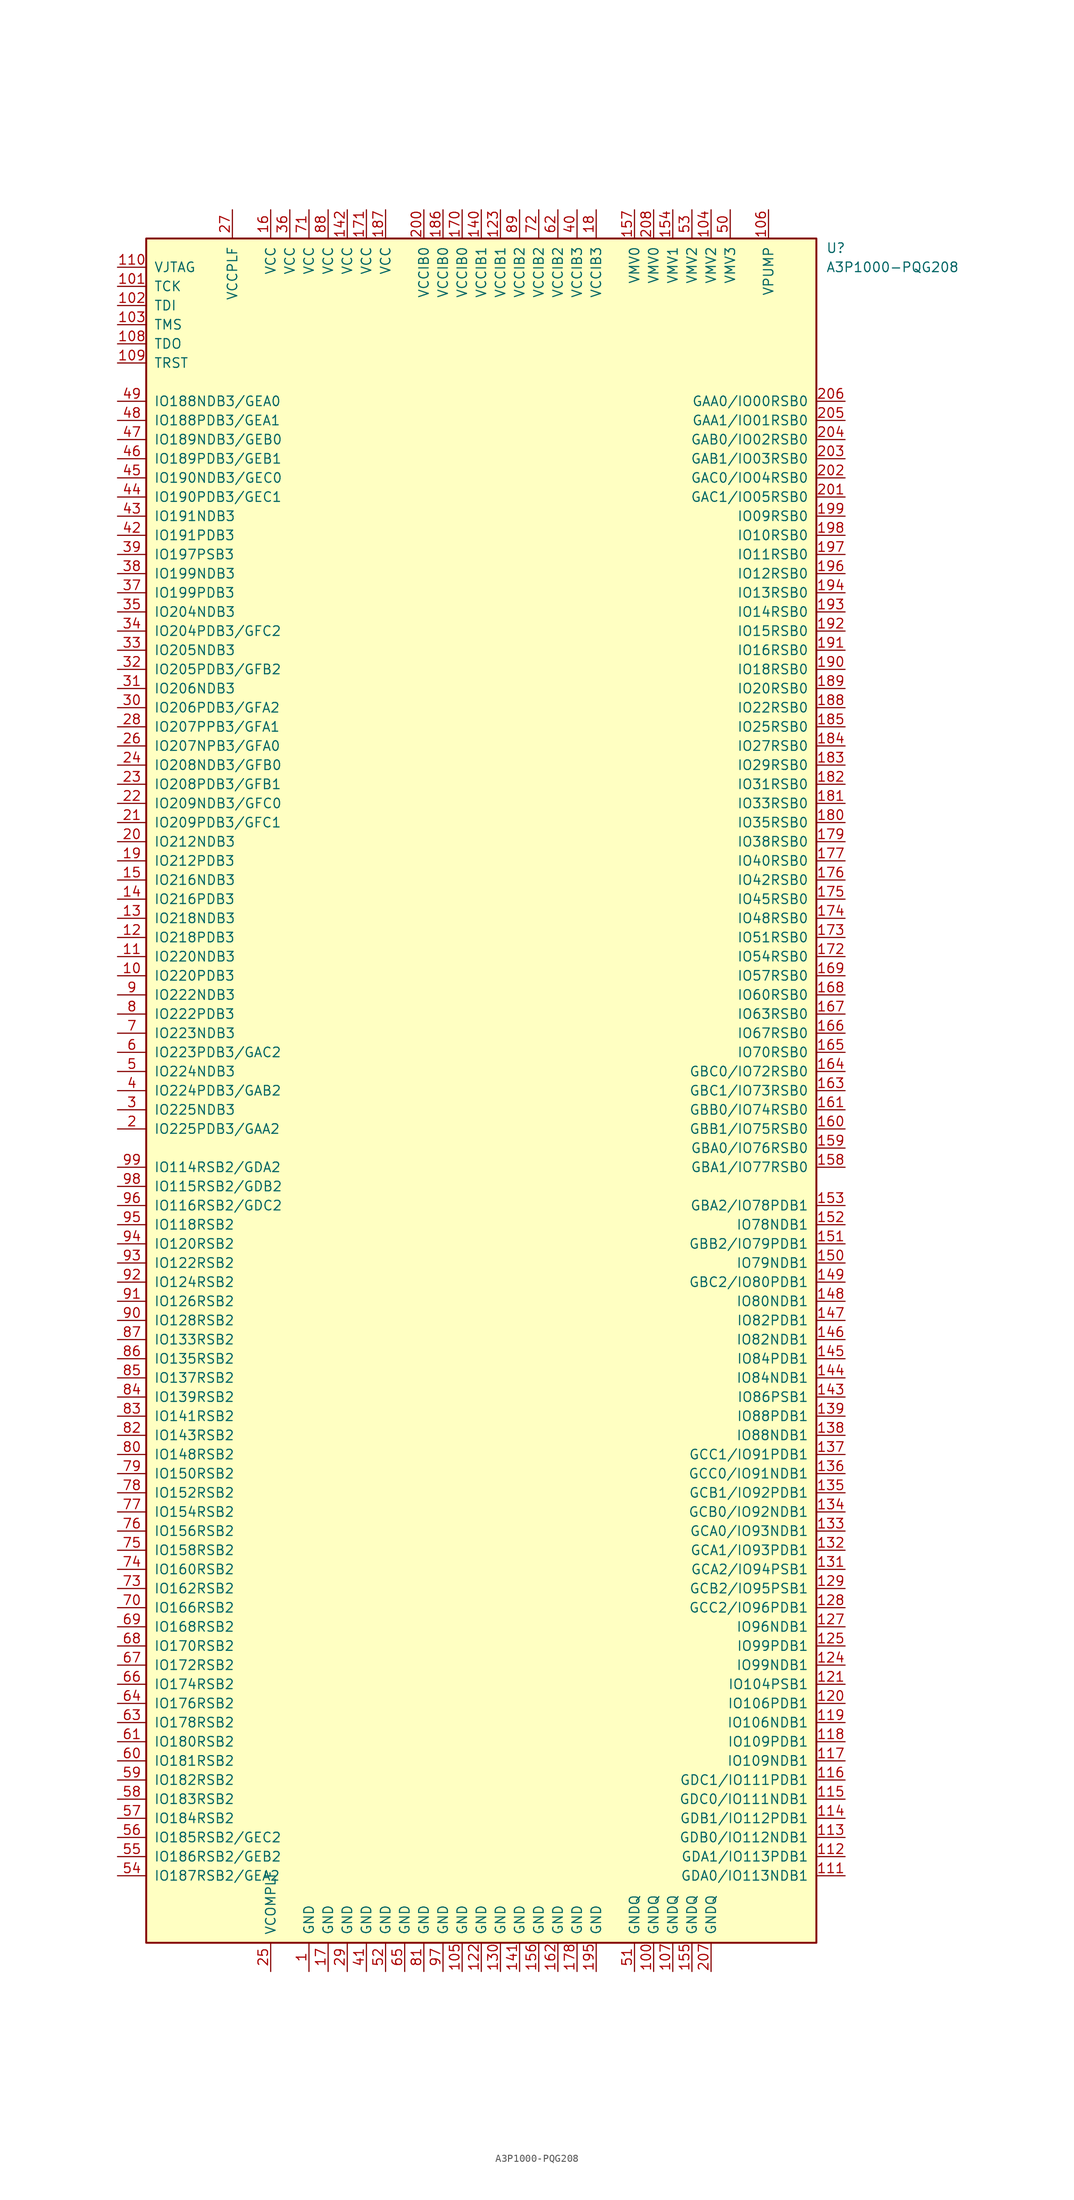
<source format=kicad_sym>
(kicad_symbol_lib
  (version 20241209)
  (generator "kicad_symbol_editor")
  (generator_version "9.0")
  (symbol "A3P1000-PQG208"
    (pin_names
      (offset 1.016))
    (property "Reference" "U"
      (at 45.72 111.76 0)
      (effects (font (size 1.27 1.27)) (justify left)))
    (property "Value" "A3P1000-PQG208"
      (at 45.72 109.22 0)
      (effects (font (size 1.27 1.27)) (justify left)))
    (symbol "A3P1000-PQG208_1_0"
      (rectangle (start -44.45 -113.03) (end 44.45 113.03) (stroke (width 0.254) (type default)) (fill (type background))))
    (symbol "A3P1000-PQG208_1_1"
      (pin power_in line (at -48.26 109.22 0) (length 3.81) (name "VJTAG" (effects (font (size 1.27 1.27)))) (number "110" (effects (font (size 1.27 1.27)))))
      (pin bidirectional line (at -48.26 106.68 0) (length 3.81) (name "TCK" (effects (font (size 1.27 1.27)))) (number "101" (effects (font (size 1.27 1.27)))))
      (pin bidirectional line (at -48.26 104.14 0) (length 3.81) (name "TDI" (effects (font (size 1.27 1.27)))) (number "102" (effects (font (size 1.27 1.27)))))
      (pin bidirectional line (at -48.26 101.6 0) (length 3.81) (name "TMS" (effects (font (size 1.27 1.27)))) (number "103" (effects (font (size 1.27 1.27)))))
      (pin bidirectional line (at -48.26 99.06 0) (length 3.81) (name "TDO" (effects (font (size 1.27 1.27)))) (number "108" (effects (font (size 1.27 1.27)))))
      (pin bidirectional line (at -48.26 96.52 0) (length 3.81) (name "TRST" (effects (font (size 1.27 1.27)))) (number "109" (effects (font (size 1.27 1.27)))))
      (pin bidirectional line (at -48.26 91.44 0) (length 3.81) (name "IO188NDB3/GEA0" (effects (font (size 1.27 1.27)))) (number "49" (effects (font (size 1.27 1.27)))))
      (pin bidirectional line (at -48.26 88.9 0) (length 3.81) (name "IO188PDB3/GEA1" (effects (font (size 1.27 1.27)))) (number "48" (effects (font (size 1.27 1.27)))))
      (pin bidirectional line (at -48.26 86.36 0) (length 3.81) (name "IO189NDB3/GEB0" (effects (font (size 1.27 1.27)))) (number "47" (effects (font (size 1.27 1.27)))))
      (pin bidirectional line (at -48.26 83.82 0) (length 3.81) (name "IO189PDB3/GEB1" (effects (font (size 1.27 1.27)))) (number "46" (effects (font (size 1.27 1.27)))))
      (pin bidirectional line (at -48.26 81.28 0) (length 3.81) (name "IO190NDB3/GEC0" (effects (font (size 1.27 1.27)))) (number "45" (effects (font (size 1.27 1.27)))))
      (pin bidirectional line (at -48.26 78.74 0) (length 3.81) (name "IO190PDB3/GEC1" (effects (font (size 1.27 1.27)))) (number "44" (effects (font (size 1.27 1.27)))))
      (pin bidirectional line (at -48.26 76.2 0) (length 3.81) (name "IO191NDB3" (effects (font (size 1.27 1.27)))) (number "43" (effects (font (size 1.27 1.27)))))
      (pin bidirectional line (at -48.26 73.66 0) (length 3.81) (name "IO191PDB3" (effects (font (size 1.27 1.27)))) (number "42" (effects (font (size 1.27 1.27)))))
      (pin bidirectional line (at -48.26 71.12 0) (length 3.81) (name "IO197PSB3" (effects (font (size 1.27 1.27)))) (number "39" (effects (font (size 1.27 1.27)))))
      (pin bidirectional line (at -48.26 68.58 0) (length 3.81) (name "IO199NDB3" (effects (font (size 1.27 1.27)))) (number "38" (effects (font (size 1.27 1.27)))))
      (pin bidirectional line (at -48.26 66.04 0) (length 3.81) (name "IO199PDB3" (effects (font (size 1.27 1.27)))) (number "37" (effects (font (size 1.27 1.27)))))
      (pin bidirectional line (at -48.26 63.5 0) (length 3.81) (name "IO204NDB3" (effects (font (size 1.27 1.27)))) (number "35" (effects (font (size 1.27 1.27)))))
      (pin bidirectional line (at -48.26 60.96 0) (length 3.81) (name "IO204PDB3/GFC2" (effects (font (size 1.27 1.27)))) (number "34" (effects (font (size 1.27 1.27)))))
      (pin bidirectional line (at -48.26 58.42 0) (length 3.81) (name "IO205NDB3" (effects (font (size 1.27 1.27)))) (number "33" (effects (font (size 1.27 1.27)))))
      (pin bidirectional line (at -48.26 55.88 0) (length 3.81) (name "IO205PDB3/GFB2" (effects (font (size 1.27 1.27)))) (number "32" (effects (font (size 1.27 1.27)))))
      (pin bidirectional line (at -48.26 53.34 0) (length 3.81) (name "IO206NDB3" (effects (font (size 1.27 1.27)))) (number "31" (effects (font (size 1.27 1.27)))))
      (pin bidirectional line (at -48.26 50.8 0) (length 3.81) (name "IO206PDB3/GFA2" (effects (font (size 1.27 1.27)))) (number "30" (effects (font (size 1.27 1.27)))))
      (pin bidirectional line (at -48.26 48.26 0) (length 3.81) (name "IO207PPB3/GFA1" (effects (font (size 1.27 1.27)))) (number "28" (effects (font (size 1.27 1.27)))))
      (pin bidirectional line (at -48.26 45.72 0) (length 3.81) (name "IO207NPB3/GFA0" (effects (font (size 1.27 1.27)))) (number "26" (effects (font (size 1.27 1.27)))))
      (pin bidirectional line (at -48.26 43.18 0) (length 3.81) (name "IO208NDB3/GFB0" (effects (font (size 1.27 1.27)))) (number "24" (effects (font (size 1.27 1.27)))))
      (pin bidirectional line (at -48.26 40.64 0) (length 3.81) (name "IO208PDB3/GFB1" (effects (font (size 1.27 1.27)))) (number "23" (effects (font (size 1.27 1.27)))))
      (pin bidirectional line (at -48.26 38.1 0) (length 3.81) (name "IO209NDB3/GFC0" (effects (font (size 1.27 1.27)))) (number "22" (effects (font (size 1.27 1.27)))))
      (pin bidirectional line (at -48.26 35.56 0) (length 3.81) (name "IO209PDB3/GFC1" (effects (font (size 1.27 1.27)))) (number "21" (effects (font (size 1.27 1.27)))))
      (pin bidirectional line (at -48.26 33.02 0) (length 3.81) (name "IO212NDB3" (effects (font (size 1.27 1.27)))) (number "20" (effects (font (size 1.27 1.27)))))
      (pin bidirectional line (at -48.26 30.48 0) (length 3.81) (name "IO212PDB3" (effects (font (size 1.27 1.27)))) (number "19" (effects (font (size 1.27 1.27)))))
      (pin bidirectional line (at -48.26 27.94 0) (length 3.81) (name "IO216NDB3" (effects (font (size 1.27 1.27)))) (number "15" (effects (font (size 1.27 1.27)))))
      (pin bidirectional line (at -48.26 25.4 0) (length 3.81) (name "IO216PDB3" (effects (font (size 1.27 1.27)))) (number "14" (effects (font (size 1.27 1.27)))))
      (pin bidirectional line (at -48.26 22.86 0) (length 3.81) (name "IO218NDB3" (effects (font (size 1.27 1.27)))) (number "13" (effects (font (size 1.27 1.27)))))
      (pin bidirectional line (at -48.26 20.32 0) (length 3.81) (name "IO218PDB3" (effects (font (size 1.27 1.27)))) (number "12" (effects (font (size 1.27 1.27)))))
      (pin bidirectional line (at -48.26 17.78 0) (length 3.81) (name "IO220NDB3" (effects (font (size 1.27 1.27)))) (number "11" (effects (font (size 1.27 1.27)))))
      (pin bidirectional line (at -48.26 15.24 0) (length 3.81) (name "IO220PDB3" (effects (font (size 1.27 1.27)))) (number "10" (effects (font (size 1.27 1.27)))))
      (pin bidirectional line (at -48.26 12.7 0) (length 3.81) (name "IO222NDB3" (effects (font (size 1.27 1.27)))) (number "9" (effects (font (size 1.27 1.27)))))
      (pin bidirectional line (at -48.26 10.16 0) (length 3.81) (name "IO222PDB3" (effects (font (size 1.27 1.27)))) (number "8" (effects (font (size 1.27 1.27)))))
      (pin bidirectional line (at -48.26 7.62 0) (length 3.81) (name "IO223NDB3" (effects (font (size 1.27 1.27)))) (number "7" (effects (font (size 1.27 1.27)))))
      (pin bidirectional line (at -48.26 5.08 0) (length 3.81) (name "IO223PDB3/GAC2" (effects (font (size 1.27 1.27)))) (number "6" (effects (font (size 1.27 1.27)))))
      (pin bidirectional line (at -48.26 2.54 0) (length 3.81) (name "IO224NDB3" (effects (font (size 1.27 1.27)))) (number "5" (effects (font (size 1.27 1.27)))))
      (pin bidirectional line (at -48.26 0 0) (length 3.81) (name "IO224PDB3/GAB2" (effects (font (size 1.27 1.27)))) (number "4" (effects (font (size 1.27 1.27)))))
      (pin bidirectional line (at -48.26 -2.54 0) (length 3.81) (name "IO225NDB3" (effects (font (size 1.27 1.27)))) (number "3" (effects (font (size 1.27 1.27)))))
      (pin bidirectional line (at -48.26 -5.08 0) (length 3.81) (name "IO225PDB3/GAA2" (effects (font (size 1.27 1.27)))) (number "2" (effects (font (size 1.27 1.27)))))
      (pin bidirectional line (at -48.26 -10.16 0) (length 3.81) (name "IO114RSB2/GDA2" (effects (font (size 1.27 1.27)))) (number "99" (effects (font (size 1.27 1.27)))))
      (pin bidirectional line (at -48.26 -12.7 0) (length 3.81) (name "IO115RSB2/GDB2" (effects (font (size 1.27 1.27)))) (number "98" (effects (font (size 1.27 1.27)))))
      (pin bidirectional line (at -48.26 -15.24 0) (length 3.81) (name "IO116RSB2/GDC2" (effects (font (size 1.27 1.27)))) (number "96" (effects (font (size 1.27 1.27)))))
      (pin bidirectional line (at -48.26 -17.78 0) (length 3.81) (name "IO118RSB2" (effects (font (size 1.27 1.27)))) (number "95" (effects (font (size 1.27 1.27)))))
      (pin bidirectional line (at -48.26 -20.32 0) (length 3.81) (name "IO120RSB2" (effects (font (size 1.27 1.27)))) (number "94" (effects (font (size 1.27 1.27)))))
      (pin bidirectional line (at -48.26 -22.86 0) (length 3.81) (name "IO122RSB2" (effects (font (size 1.27 1.27)))) (number "93" (effects (font (size 1.27 1.27)))))
      (pin bidirectional line (at -48.26 -25.4 0) (length 3.81) (name "IO124RSB2" (effects (font (size 1.27 1.27)))) (number "92" (effects (font (size 1.27 1.27)))))
      (pin bidirectional line (at -48.26 -27.94 0) (length 3.81) (name "IO126RSB2" (effects (font (size 1.27 1.27)))) (number "91" (effects (font (size 1.27 1.27)))))
      (pin bidirectional line (at -48.26 -30.48 0) (length 3.81) (name "IO128RSB2" (effects (font (size 1.27 1.27)))) (number "90" (effects (font (size 1.27 1.27)))))
      (pin bidirectional line (at -48.26 -33.02 0) (length 3.81) (name "IO133RSB2" (effects (font (size 1.27 1.27)))) (number "87" (effects (font (size 1.27 1.27)))))
      (pin bidirectional line (at -48.26 -35.56 0) (length 3.81) (name "IO135RSB2" (effects (font (size 1.27 1.27)))) (number "86" (effects (font (size 1.27 1.27)))))
      (pin bidirectional line (at -48.26 -38.1 0) (length 3.81) (name "IO137RSB2" (effects (font (size 1.27 1.27)))) (number "85" (effects (font (size 1.27 1.27)))))
      (pin bidirectional line (at -48.26 -40.64 0) (length 3.81) (name "IO139RSB2" (effects (font (size 1.27 1.27)))) (number "84" (effects (font (size 1.27 1.27)))))
      (pin bidirectional line (at -48.26 -43.18 0) (length 3.81) (name "IO141RSB2" (effects (font (size 1.27 1.27)))) (number "83" (effects (font (size 1.27 1.27)))))
      (pin bidirectional line (at -48.26 -45.72 0) (length 3.81) (name "IO143RSB2" (effects (font (size 1.27 1.27)))) (number "82" (effects (font (size 1.27 1.27)))))
      (pin bidirectional line (at -48.26 -48.26 0) (length 3.81) (name "IO148RSB2" (effects (font (size 1.27 1.27)))) (number "80" (effects (font (size 1.27 1.27)))))
      (pin bidirectional line (at -48.26 -50.8 0) (length 3.81) (name "IO150RSB2" (effects (font (size 1.27 1.27)))) (number "79" (effects (font (size 1.27 1.27)))))
      (pin bidirectional line (at -48.26 -53.34 0) (length 3.81) (name "IO152RSB2" (effects (font (size 1.27 1.27)))) (number "78" (effects (font (size 1.27 1.27)))))
      (pin bidirectional line (at -48.26 -55.88 0) (length 3.81) (name "IO154RSB2" (effects (font (size 1.27 1.27)))) (number "77" (effects (font (size 1.27 1.27)))))
      (pin bidirectional line (at -48.26 -58.42 0) (length 3.81) (name "IO156RSB2" (effects (font (size 1.27 1.27)))) (number "76" (effects (font (size 1.27 1.27)))))
      (pin bidirectional line (at -48.26 -60.96 0) (length 3.81) (name "IO158RSB2" (effects (font (size 1.27 1.27)))) (number "75" (effects (font (size 1.27 1.27)))))
      (pin bidirectional line (at -48.26 -63.5 0) (length 3.81) (name "IO160RSB2" (effects (font (size 1.27 1.27)))) (number "74" (effects (font (size 1.27 1.27)))))
      (pin bidirectional line (at -48.26 -66.04 0) (length 3.81) (name "IO162RSB2" (effects (font (size 1.27 1.27)))) (number "73" (effects (font (size 1.27 1.27)))))
      (pin bidirectional line (at -48.26 -68.58 0) (length 3.81) (name "IO166RSB2" (effects (font (size 1.27 1.27)))) (number "70" (effects (font (size 1.27 1.27)))))
      (pin bidirectional line (at -48.26 -71.12 0) (length 3.81) (name "IO168RSB2" (effects (font (size 1.27 1.27)))) (number "69" (effects (font (size 1.27 1.27)))))
      (pin bidirectional line (at -48.26 -73.66 0) (length 3.81) (name "IO170RSB2" (effects (font (size 1.27 1.27)))) (number "68" (effects (font (size 1.27 1.27)))))
      (pin bidirectional line (at -48.26 -76.2 0) (length 3.81) (name "IO172RSB2" (effects (font (size 1.27 1.27)))) (number "67" (effects (font (size 1.27 1.27)))))
      (pin bidirectional line (at -48.26 -78.74 0) (length 3.81) (name "IO174RSB2" (effects (font (size 1.27 1.27)))) (number "66" (effects (font (size 1.27 1.27)))))
      (pin bidirectional line (at -48.26 -81.28 0) (length 3.81) (name "IO176RSB2" (effects (font (size 1.27 1.27)))) (number "64" (effects (font (size 1.27 1.27)))))
      (pin bidirectional line (at -48.26 -83.82 0) (length 3.81) (name "IO178RSB2" (effects (font (size 1.27 1.27)))) (number "63" (effects (font (size 1.27 1.27)))))
      (pin bidirectional line (at -48.26 -86.36 0) (length 3.81) (name "IO180RSB2" (effects (font (size 1.27 1.27)))) (number "61" (effects (font (size 1.27 1.27)))))
      (pin bidirectional line (at -48.26 -88.9 0) (length 3.81) (name "IO181RSB2" (effects (font (size 1.27 1.27)))) (number "60" (effects (font (size 1.27 1.27)))))
      (pin bidirectional line (at -48.26 -91.44 0) (length 3.81) (name "IO182RSB2" (effects (font (size 1.27 1.27)))) (number "59" (effects (font (size 1.27 1.27)))))
      (pin bidirectional line (at -48.26 -93.98 0) (length 3.81) (name "IO183RSB2" (effects (font (size 1.27 1.27)))) (number "58" (effects (font (size 1.27 1.27)))))
      (pin bidirectional line (at -48.26 -96.52 0) (length 3.81) (name "IO184RSB2" (effects (font (size 1.27 1.27)))) (number "57" (effects (font (size 1.27 1.27)))))
      (pin bidirectional line (at -48.26 -99.06 0) (length 3.81) (name "IO185RSB2/GEC2" (effects (font (size 1.27 1.27)))) (number "56" (effects (font (size 1.27 1.27)))))
      (pin bidirectional line (at -48.26 -101.6 0) (length 3.81) (name "IO186RSB2/GEB2" (effects (font (size 1.27 1.27)))) (number "55" (effects (font (size 1.27 1.27)))))
      (pin bidirectional line (at -48.26 -104.14 0) (length 3.81) (name "IO187RSB2/GEA2" (effects (font (size 1.27 1.27)))) (number "54" (effects (font (size 1.27 1.27)))))
      (pin power_in line (at -33.02 116.84 270) (length 3.81) (name "VCCPLF" (effects (font (size 1.27 1.27)))) (number "27" (effects (font (size 1.27 1.27)))))
      (pin power_in line (at -27.94 116.84 270) (length 3.81) (name "VCC" (effects (font (size 1.27 1.27)))) (number "16" (effects (font (size 1.27 1.27)))))
      (pin power_in line (at -27.94 -116.84 90) (length 3.81) (name "VCOMPLF" (effects (font (size 1.27 1.27)))) (number "25" (effects (font (size 1.27 1.27)))))
      (pin power_in line (at -25.4 116.84 270) (length 3.81) (name "VCC" (effects (font (size 1.27 1.27)))) (number "36" (effects (font (size 1.27 1.27)))))
      (pin power_in line (at -22.86 116.84 270) (length 3.81) (name "VCC" (effects (font (size 1.27 1.27)))) (number "71" (effects (font (size 1.27 1.27)))))
      (pin power_in line (at -22.86 -116.84 90) (length 3.81) (name "GND" (effects (font (size 1.27 1.27)))) (number "1" (effects (font (size 1.27 1.27)))))
      (pin power_in line (at -20.32 116.84 270) (length 3.81) (name "VCC" (effects (font (size 1.27 1.27)))) (number "88" (effects (font (size 1.27 1.27)))))
      (pin power_in line (at -20.32 -116.84 90) (length 3.81) (name "GND" (effects (font (size 1.27 1.27)))) (number "17" (effects (font (size 1.27 1.27)))))
      (pin power_in line (at -17.78 116.84 270) (length 3.81) (name "VCC" (effects (font (size 1.27 1.27)))) (number "142" (effects (font (size 1.27 1.27)))))
      (pin power_in line (at -17.78 -116.84 90) (length 3.81) (name "GND" (effects (font (size 1.27 1.27)))) (number "29" (effects (font (size 1.27 1.27)))))
      (pin power_in line (at -15.24 116.84 270) (length 3.81) (name "VCC" (effects (font (size 1.27 1.27)))) (number "171" (effects (font (size 1.27 1.27)))))
      (pin power_in line (at -15.24 -116.84 90) (length 3.81) (name "GND" (effects (font (size 1.27 1.27)))) (number "41" (effects (font (size 1.27 1.27)))))
      (pin power_in line (at -12.7 116.84 270) (length 3.81) (name "VCC" (effects (font (size 1.27 1.27)))) (number "187" (effects (font (size 1.27 1.27)))))
      (pin power_in line (at -12.7 -116.84 90) (length 3.81) (name "GND" (effects (font (size 1.27 1.27)))) (number "52" (effects (font (size 1.27 1.27)))))
      (pin power_in line (at -10.16 -116.84 90) (length 3.81) (name "GND" (effects (font (size 1.27 1.27)))) (number "65" (effects (font (size 1.27 1.27)))))
      (pin power_in line (at -7.62 116.84 270) (length 3.81) (name "VCCIB0" (effects (font (size 1.27 1.27)))) (number "200" (effects (font (size 1.27 1.27)))))
      (pin power_in line (at -7.62 -116.84 90) (length 3.81) (name "GND" (effects (font (size 1.27 1.27)))) (number "81" (effects (font (size 1.27 1.27)))))
      (pin power_in line (at -5.08 116.84 270) (length 3.81) (name "VCCIB0" (effects (font (size 1.27 1.27)))) (number "186" (effects (font (size 1.27 1.27)))))
      (pin power_in line (at -5.08 -116.84 90) (length 3.81) (name "GND" (effects (font (size 1.27 1.27)))) (number "97" (effects (font (size 1.27 1.27)))))
      (pin power_in line (at -2.54 116.84 270) (length 3.81) (name "VCCIB0" (effects (font (size 1.27 1.27)))) (number "170" (effects (font (size 1.27 1.27)))))
      (pin power_in line (at -2.54 -116.84 90) (length 3.81) (name "GND" (effects (font (size 1.27 1.27)))) (number "105" (effects (font (size 1.27 1.27)))))
      (pin power_in line (at 0 116.84 270) (length 3.81) (name "VCCIB1" (effects (font (size 1.27 1.27)))) (number "140" (effects (font (size 1.27 1.27)))))
      (pin power_in line (at 0 -116.84 90) (length 3.81) (name "GND" (effects (font (size 1.27 1.27)))) (number "122" (effects (font (size 1.27 1.27)))))
      (pin power_in line (at 2.54 116.84 270) (length 3.81) (name "VCCIB1" (effects (font (size 1.27 1.27)))) (number "123" (effects (font (size 1.27 1.27)))))
      (pin power_in line (at 2.54 -116.84 90) (length 3.81) (name "GND" (effects (font (size 1.27 1.27)))) (number "130" (effects (font (size 1.27 1.27)))))
      (pin power_in line (at 5.08 116.84 270) (length 3.81) (name "VCCIB2" (effects (font (size 1.27 1.27)))) (number "89" (effects (font (size 1.27 1.27)))))
      (pin power_in line (at 5.08 -116.84 90) (length 3.81) (name "GND" (effects (font (size 1.27 1.27)))) (number "141" (effects (font (size 1.27 1.27)))))
      (pin power_in line (at 7.62 116.84 270) (length 3.81) (name "VCCIB2" (effects (font (size 1.27 1.27)))) (number "72" (effects (font (size 1.27 1.27)))))
      (pin power_in line (at 7.62 -116.84 90) (length 3.81) (name "GND" (effects (font (size 1.27 1.27)))) (number "156" (effects (font (size 1.27 1.27)))))
      (pin power_in line (at 10.16 116.84 270) (length 3.81) (name "VCCIB2" (effects (font (size 1.27 1.27)))) (number "62" (effects (font (size 1.27 1.27)))))
      (pin power_in line (at 10.16 -116.84 90) (length 3.81) (name "GND" (effects (font (size 1.27 1.27)))) (number "162" (effects (font (size 1.27 1.27)))))
      (pin power_in line (at 12.7 116.84 270) (length 3.81) (name "VCCIB3" (effects (font (size 1.27 1.27)))) (number "40" (effects (font (size 1.27 1.27)))))
      (pin power_in line (at 12.7 -116.84 90) (length 3.81) (name "GND" (effects (font (size 1.27 1.27)))) (number "178" (effects (font (size 1.27 1.27)))))
      (pin power_in line (at 15.24 116.84 270) (length 3.81) (name "VCCIB3" (effects (font (size 1.27 1.27)))) (number "18" (effects (font (size 1.27 1.27)))))
      (pin power_in line (at 15.24 -116.84 90) (length 3.81) (name "GND" (effects (font (size 1.27 1.27)))) (number "195" (effects (font (size 1.27 1.27)))))
      (pin power_in line (at 20.32 116.84 270) (length 3.81) (name "VMV0" (effects (font (size 1.27 1.27)))) (number "157" (effects (font (size 1.27 1.27)))))
      (pin power_in line (at 20.32 -116.84 90) (length 3.81) (name "GNDQ" (effects (font (size 1.27 1.27)))) (number "51" (effects (font (size 1.27 1.27)))))
      (pin power_in line (at 22.86 116.84 270) (length 3.81) (name "VMV0" (effects (font (size 1.27 1.27)))) (number "208" (effects (font (size 1.27 1.27)))))
      (pin power_in line (at 22.86 -116.84 90) (length 3.81) (name "GNDQ" (effects (font (size 1.27 1.27)))) (number "100" (effects (font (size 1.27 1.27)))))
      (pin power_in line (at 25.4 116.84 270) (length 3.81) (name "VMV1" (effects (font (size 1.27 1.27)))) (number "154" (effects (font (size 1.27 1.27)))))
      (pin power_in line (at 25.4 -116.84 90) (length 3.81) (name "GNDQ" (effects (font (size 1.27 1.27)))) (number "107" (effects (font (size 1.27 1.27)))))
      (pin power_in line (at 27.94 116.84 270) (length 3.81) (name "VMV2" (effects (font (size 1.27 1.27)))) (number "53" (effects (font (size 1.27 1.27)))))
      (pin power_in line (at 27.94 -116.84 90) (length 3.81) (name "GNDQ" (effects (font (size 1.27 1.27)))) (number "155" (effects (font (size 1.27 1.27)))))
      (pin power_in line (at 30.48 116.84 270) (length 3.81) (name "VMV2" (effects (font (size 1.27 1.27)))) (number "104" (effects (font (size 1.27 1.27)))))
      (pin power_in line (at 30.48 -116.84 90) (length 3.81) (name "GNDQ" (effects (font (size 1.27 1.27)))) (number "207" (effects (font (size 1.27 1.27)))))
      (pin power_in line (at 33.02 116.84 270) (length 3.81) (name "VMV3" (effects (font (size 1.27 1.27)))) (number "50" (effects (font (size 1.27 1.27)))))
      (pin power_in line (at 38.1 116.84 270) (length 3.81) (name "VPUMP" (effects (font (size 1.27 1.27)))) (number "106" (effects (font (size 1.27 1.27)))))
      (pin bidirectional line (at 48.26 91.44 180) (length 3.81) (name "GAA0/IO00RSB0" (effects (font (size 1.27 1.27)))) (number "206" (effects (font (size 1.27 1.27)))))
      (pin bidirectional line (at 48.26 88.9 180) (length 3.81) (name "GAA1/IO01RSB0" (effects (font (size 1.27 1.27)))) (number "205" (effects (font (size 1.27 1.27)))))
      (pin bidirectional line (at 48.26 86.36 180) (length 3.81) (name "GAB0/IO02RSB0" (effects (font (size 1.27 1.27)))) (number "204" (effects (font (size 1.27 1.27)))))
      (pin bidirectional line (at 48.26 83.82 180) (length 3.81) (name "GAB1/IO03RSB0" (effects (font (size 1.27 1.27)))) (number "203" (effects (font (size 1.27 1.27)))))
      (pin bidirectional line (at 48.26 81.28 180) (length 3.81) (name "GAC0/IO04RSB0" (effects (font (size 1.27 1.27)))) (number "202" (effects (font (size 1.27 1.27)))))
      (pin bidirectional line (at 48.26 78.74 180) (length 3.81) (name "GAC1/IO05RSB0" (effects (font (size 1.27 1.27)))) (number "201" (effects (font (size 1.27 1.27)))))
      (pin bidirectional line (at 48.26 76.2 180) (length 3.81) (name "IO09RSB0" (effects (font (size 1.27 1.27)))) (number "199" (effects (font (size 1.27 1.27)))))
      (pin bidirectional line (at 48.26 73.66 180) (length 3.81) (name "IO10RSB0" (effects (font (size 1.27 1.27)))) (number "198" (effects (font (size 1.27 1.27)))))
      (pin bidirectional line (at 48.26 71.12 180) (length 3.81) (name "IO11RSB0" (effects (font (size 1.27 1.27)))) (number "197" (effects (font (size 1.27 1.27)))))
      (pin bidirectional line (at 48.26 68.58 180) (length 3.81) (name "IO12RSB0" (effects (font (size 1.27 1.27)))) (number "196" (effects (font (size 1.27 1.27)))))
      (pin bidirectional line (at 48.26 66.04 180) (length 3.81) (name "IO13RSB0" (effects (font (size 1.27 1.27)))) (number "194" (effects (font (size 1.27 1.27)))))
      (pin bidirectional line (at 48.26 63.5 180) (length 3.81) (name "IO14RSB0" (effects (font (size 1.27 1.27)))) (number "193" (effects (font (size 1.27 1.27)))))
      (pin bidirectional line (at 48.26 60.96 180) (length 3.81) (name "IO15RSB0" (effects (font (size 1.27 1.27)))) (number "192" (effects (font (size 1.27 1.27)))))
      (pin bidirectional line (at 48.26 58.42 180) (length 3.81) (name "IO16RSB0" (effects (font (size 1.27 1.27)))) (number "191" (effects (font (size 1.27 1.27)))))
      (pin bidirectional line (at 48.26 55.88 180) (length 3.81) (name "IO18RSB0" (effects (font (size 1.27 1.27)))) (number "190" (effects (font (size 1.27 1.27)))))
      (pin bidirectional line (at 48.26 53.34 180) (length 3.81) (name "IO20RSB0" (effects (font (size 1.27 1.27)))) (number "189" (effects (font (size 1.27 1.27)))))
      (pin bidirectional line (at 48.26 50.8 180) (length 3.81) (name "IO22RSB0" (effects (font (size 1.27 1.27)))) (number "188" (effects (font (size 1.27 1.27)))))
      (pin bidirectional line (at 48.26 48.26 180) (length 3.81) (name "IO25RSB0" (effects (font (size 1.27 1.27)))) (number "185" (effects (font (size 1.27 1.27)))))
      (pin bidirectional line (at 48.26 45.72 180) (length 3.81) (name "IO27RSB0" (effects (font (size 1.27 1.27)))) (number "184" (effects (font (size 1.27 1.27)))))
      (pin bidirectional line (at 48.26 43.18 180) (length 3.81) (name "IO29RSB0" (effects (font (size 1.27 1.27)))) (number "183" (effects (font (size 1.27 1.27)))))
      (pin bidirectional line (at 48.26 40.64 180) (length 3.81) (name "IO31RSB0" (effects (font (size 1.27 1.27)))) (number "182" (effects (font (size 1.27 1.27)))))
      (pin bidirectional line (at 48.26 38.1 180) (length 3.81) (name "IO33RSB0" (effects (font (size 1.27 1.27)))) (number "181" (effects (font (size 1.27 1.27)))))
      (pin bidirectional line (at 48.26 35.56 180) (length 3.81) (name "IO35RSB0" (effects (font (size 1.27 1.27)))) (number "180" (effects (font (size 1.27 1.27)))))
      (pin bidirectional line (at 48.26 33.02 180) (length 3.81) (name "IO38RSB0" (effects (font (size 1.27 1.27)))) (number "179" (effects (font (size 1.27 1.27)))))
      (pin bidirectional line (at 48.26 30.48 180) (length 3.81) (name "IO40RSB0" (effects (font (size 1.27 1.27)))) (number "177" (effects (font (size 1.27 1.27)))))
      (pin bidirectional line (at 48.26 27.94 180) (length 3.81) (name "IO42RSB0" (effects (font (size 1.27 1.27)))) (number "176" (effects (font (size 1.27 1.27)))))
      (pin bidirectional line (at 48.26 25.4 180) (length 3.81) (name "IO45RSB0" (effects (font (size 1.27 1.27)))) (number "175" (effects (font (size 1.27 1.27)))))
      (pin bidirectional line (at 48.26 22.86 180) (length 3.81) (name "IO48RSB0" (effects (font (size 1.27 1.27)))) (number "174" (effects (font (size 1.27 1.27)))))
      (pin bidirectional line (at 48.26 20.32 180) (length 3.81) (name "IO51RSB0" (effects (font (size 1.27 1.27)))) (number "173" (effects (font (size 1.27 1.27)))))
      (pin bidirectional line (at 48.26 17.78 180) (length 3.81) (name "IO54RSB0" (effects (font (size 1.27 1.27)))) (number "172" (effects (font (size 1.27 1.27)))))
      (pin bidirectional line (at 48.26 15.24 180) (length 3.81) (name "IO57RSB0" (effects (font (size 1.27 1.27)))) (number "169" (effects (font (size 1.27 1.27)))))
      (pin bidirectional line (at 48.26 12.7 180) (length 3.81) (name "IO60RSB0" (effects (font (size 1.27 1.27)))) (number "168" (effects (font (size 1.27 1.27)))))
      (pin bidirectional line (at 48.26 10.16 180) (length 3.81) (name "IO63RSB0" (effects (font (size 1.27 1.27)))) (number "167" (effects (font (size 1.27 1.27)))))
      (pin bidirectional line (at 48.26 7.62 180) (length 3.81) (name "IO67RSB0" (effects (font (size 1.27 1.27)))) (number "166" (effects (font (size 1.27 1.27)))))
      (pin bidirectional line (at 48.26 5.08 180) (length 3.81) (name "IO70RSB0" (effects (font (size 1.27 1.27)))) (number "165" (effects (font (size 1.27 1.27)))))
      (pin bidirectional line (at 48.26 2.54 180) (length 3.81) (name "GBC0/IO72RSB0" (effects (font (size 1.27 1.27)))) (number "164" (effects (font (size 1.27 1.27)))))
      (pin bidirectional line (at 48.26 0 180) (length 3.81) (name "GBC1/IO73RSB0" (effects (font (size 1.27 1.27)))) (number "163" (effects (font (size 1.27 1.27)))))
      (pin bidirectional line (at 48.26 -2.54 180) (length 3.81) (name "GBB0/IO74RSB0" (effects (font (size 1.27 1.27)))) (number "161" (effects (font (size 1.27 1.27)))))
      (pin bidirectional line (at 48.26 -5.08 180) (length 3.81) (name "GBB1/IO75RSB0" (effects (font (size 1.27 1.27)))) (number "160" (effects (font (size 1.27 1.27)))))
      (pin bidirectional line (at 48.26 -7.62 180) (length 3.81) (name "GBA0/IO76RSB0" (effects (font (size 1.27 1.27)))) (number "159" (effects (font (size 1.27 1.27)))))
      (pin bidirectional line (at 48.26 -10.16 180) (length 3.81) (name "GBA1/IO77RSB0" (effects (font (size 1.27 1.27)))) (number "158" (effects (font (size 1.27 1.27)))))
      (pin bidirectional line (at 48.26 -15.24 180) (length 3.81) (name "GBA2/IO78PDB1" (effects (font (size 1.27 1.27)))) (number "153" (effects (font (size 1.27 1.27)))))
      (pin bidirectional line (at 48.26 -17.78 180) (length 3.81) (name "IO78NDB1" (effects (font (size 1.27 1.27)))) (number "152" (effects (font (size 1.27 1.27)))))
      (pin bidirectional line (at 48.26 -20.32 180) (length 3.81) (name "GBB2/IO79PDB1" (effects (font (size 1.27 1.27)))) (number "151" (effects (font (size 1.27 1.27)))))
      (pin bidirectional line (at 48.26 -22.86 180) (length 3.81) (name "IO79NDB1" (effects (font (size 1.27 1.27)))) (number "150" (effects (font (size 1.27 1.27)))))
      (pin bidirectional line (at 48.26 -25.4 180) (length 3.81) (name "GBC2/IO80PDB1" (effects (font (size 1.27 1.27)))) (number "149" (effects (font (size 1.27 1.27)))))
      (pin bidirectional line (at 48.26 -27.94 180) (length 3.81) (name "IO80NDB1" (effects (font (size 1.27 1.27)))) (number "148" (effects (font (size 1.27 1.27)))))
      (pin bidirectional line (at 48.26 -30.48 180) (length 3.81) (name "IO82PDB1" (effects (font (size 1.27 1.27)))) (number "147" (effects (font (size 1.27 1.27)))))
      (pin bidirectional line (at 48.26 -33.02 180) (length 3.81) (name "IO82NDB1" (effects (font (size 1.27 1.27)))) (number "146" (effects (font (size 1.27 1.27)))))
      (pin bidirectional line (at 48.26 -35.56 180) (length 3.81) (name "IO84PDB1" (effects (font (size 1.27 1.27)))) (number "145" (effects (font (size 1.27 1.27)))))
      (pin bidirectional line (at 48.26 -38.1 180) (length 3.81) (name "IO84NDB1" (effects (font (size 1.27 1.27)))) (number "144" (effects (font (size 1.27 1.27)))))
      (pin bidirectional line (at 48.26 -40.64 180) (length 3.81) (name "IO86PSB1" (effects (font (size 1.27 1.27)))) (number "143" (effects (font (size 1.27 1.27)))))
      (pin bidirectional line (at 48.26 -43.18 180) (length 3.81) (name "IO88PDB1" (effects (font (size 1.27 1.27)))) (number "139" (effects (font (size 1.27 1.27)))))
      (pin bidirectional line (at 48.26 -45.72 180) (length 3.81) (name "IO88NDB1" (effects (font (size 1.27 1.27)))) (number "138" (effects (font (size 1.27 1.27)))))
      (pin bidirectional line (at 48.26 -48.26 180) (length 3.81) (name "GCC1/IO91PDB1" (effects (font (size 1.27 1.27)))) (number "137" (effects (font (size 1.27 1.27)))))
      (pin bidirectional line (at 48.26 -50.8 180) (length 3.81) (name "GCC0/IO91NDB1" (effects (font (size 1.27 1.27)))) (number "136" (effects (font (size 1.27 1.27)))))
      (pin bidirectional line (at 48.26 -53.34 180) (length 3.81) (name "GCB1/IO92PDB1" (effects (font (size 1.27 1.27)))) (number "135" (effects (font (size 1.27 1.27)))))
      (pin bidirectional line (at 48.26 -55.88 180) (length 3.81) (name "GCB0/IO92NDB1" (effects (font (size 1.27 1.27)))) (number "134" (effects (font (size 1.27 1.27)))))
      (pin bidirectional line (at 48.26 -58.42 180) (length 3.81) (name "GCA0/IO93NDB1" (effects (font (size 1.27 1.27)))) (number "133" (effects (font (size 1.27 1.27)))))
      (pin bidirectional line (at 48.26 -60.96 180) (length 3.81) (name "GCA1/IO93PDB1" (effects (font (size 1.27 1.27)))) (number "132" (effects (font (size 1.27 1.27)))))
      (pin bidirectional line (at 48.26 -63.5 180) (length 3.81) (name "GCA2/IO94PSB1" (effects (font (size 1.27 1.27)))) (number "131" (effects (font (size 1.27 1.27)))))
      (pin bidirectional line (at 48.26 -66.04 180) (length 3.81) (name "GCB2/IO95PSB1" (effects (font (size 1.27 1.27)))) (number "129" (effects (font (size 1.27 1.27)))))
      (pin bidirectional line (at 48.26 -68.58 180) (length 3.81) (name "GCC2/IO96PDB1" (effects (font (size 1.27 1.27)))) (number "128" (effects (font (size 1.27 1.27)))))
      (pin bidirectional line (at 48.26 -71.12 180) (length 3.81) (name "IO96NDB1" (effects (font (size 1.27 1.27)))) (number "127" (effects (font (size 1.27 1.27)))))
      (pin bidirectional line (at 48.26 -73.66 180) (length 3.81) (name "IO99PDB1" (effects (font (size 1.27 1.27)))) (number "125" (effects (font (size 1.27 1.27)))))
      (pin bidirectional line (at 48.26 -76.2 180) (length 3.81) (name "IO99NDB1" (effects (font (size 1.27 1.27)))) (number "124" (effects (font (size 1.27 1.27)))))
      (pin bidirectional line (at 48.26 -78.74 180) (length 3.81) (name "IO104PSB1" (effects (font (size 1.27 1.27)))) (number "121" (effects (font (size 1.27 1.27)))))
      (pin bidirectional line (at 48.26 -81.28 180) (length 3.81) (name "IO106PDB1" (effects (font (size 1.27 1.27)))) (number "120" (effects (font (size 1.27 1.27)))))
      (pin bidirectional line (at 48.26 -83.82 180) (length 3.81) (name "IO106NDB1" (effects (font (size 1.27 1.27)))) (number "119" (effects (font (size 1.27 1.27)))))
      (pin bidirectional line (at 48.26 -86.36 180) (length 3.81) (name "IO109PDB1" (effects (font (size 1.27 1.27)))) (number "118" (effects (font (size 1.27 1.27)))))
      (pin bidirectional line (at 48.26 -88.9 180) (length 3.81) (name "IO109NDB1" (effects (font (size 1.27 1.27)))) (number "117" (effects (font (size 1.27 1.27)))))
      (pin bidirectional line (at 48.26 -91.44 180) (length 3.81) (name "GDC1/IO111PDB1" (effects (font (size 1.27 1.27)))) (number "116" (effects (font (size 1.27 1.27)))))
      (pin bidirectional line (at 48.26 -93.98 180) (length 3.81) (name "GDC0/IO111NDB1" (effects (font (size 1.27 1.27)))) (number "115" (effects (font (size 1.27 1.27)))))
      (pin bidirectional line (at 48.26 -96.52 180) (length 3.81) (name "GDB1/IO112PDB1" (effects (font (size 1.27 1.27)))) (number "114" (effects (font (size 1.27 1.27)))))
      (pin bidirectional line (at 48.26 -99.06 180) (length 3.81) (name "GDB0/IO112NDB1" (effects (font (size 1.27 1.27)))) (number "113" (effects (font (size 1.27 1.27)))))
      (pin bidirectional line (at 48.26 -101.6 180) (length 3.81) (name "GDA1/IO113PDB1" (effects (font (size 1.27 1.27)))) (number "112" (effects (font (size 1.27 1.27)))))
      (pin bidirectional line (at 48.26 -104.14 180) (length 3.81) (name "GDA0/IO113NDB1" (effects (font (size 1.27 1.27)))) (number "111" (effects (font (size 1.27 1.27))))))))
</source>
